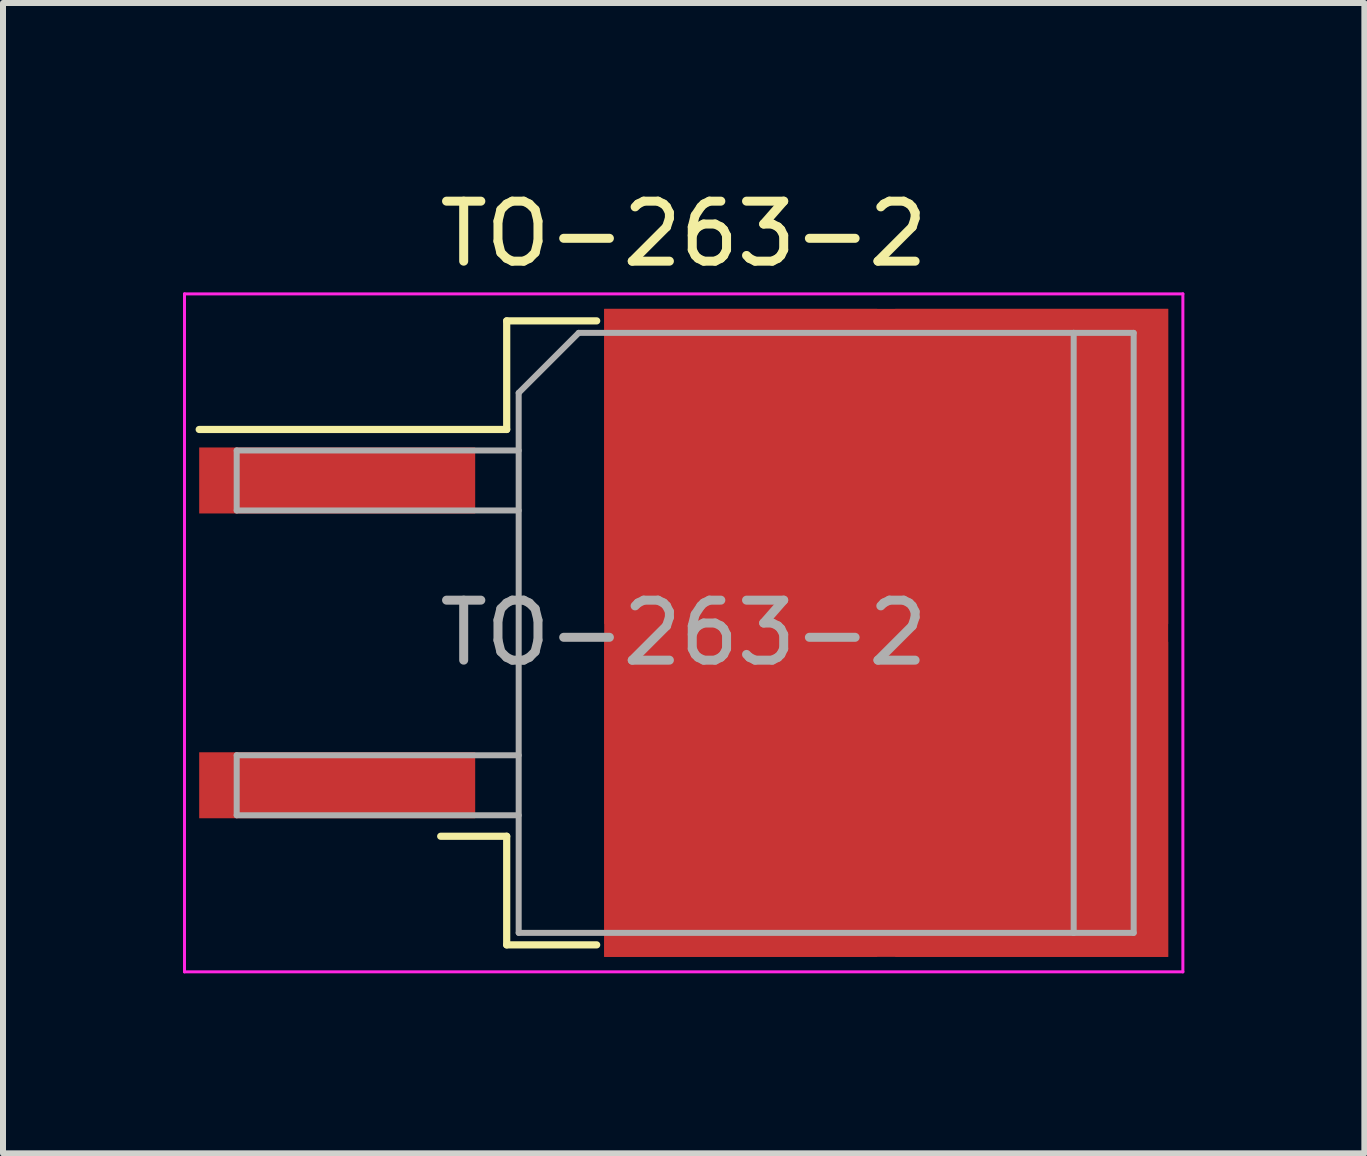
<source format=kicad_pcb>
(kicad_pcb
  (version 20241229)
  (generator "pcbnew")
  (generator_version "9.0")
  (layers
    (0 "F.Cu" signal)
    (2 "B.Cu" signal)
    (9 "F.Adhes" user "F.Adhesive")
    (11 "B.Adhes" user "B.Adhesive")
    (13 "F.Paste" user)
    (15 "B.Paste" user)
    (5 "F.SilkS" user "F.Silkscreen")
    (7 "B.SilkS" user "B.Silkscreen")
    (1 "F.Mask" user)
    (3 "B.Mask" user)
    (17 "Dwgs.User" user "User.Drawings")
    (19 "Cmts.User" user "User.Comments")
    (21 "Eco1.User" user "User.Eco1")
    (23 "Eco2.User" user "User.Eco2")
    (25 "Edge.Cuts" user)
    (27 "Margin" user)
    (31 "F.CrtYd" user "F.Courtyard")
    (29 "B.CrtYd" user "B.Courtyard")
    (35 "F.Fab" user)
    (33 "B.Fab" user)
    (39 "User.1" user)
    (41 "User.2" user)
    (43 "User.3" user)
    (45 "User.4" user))
  (footprint "TO-263-2"
    (layer "F.Cu")
    (at 8.345 7.498)
    (property "Reference" "TO-263-2" (at 0 -6.65 0) (layer "F.SilkS") (effects (font (size 1 1) (thickness 0.15))))
    (attr smd)
    (fp_line (start -2.95 -5.2) (end -2.95 -3.39) (stroke (width 0.12) (type solid)) (layer "F.SilkS"))
    (fp_line (start -2.95 -3.39) (end -8.075 -3.39) (stroke (width 0.12) (type solid)) (layer "F.SilkS"))
    (fp_line (start -2.95 3.39) (end -4.05 3.39) (stroke (width 0.12) (type solid)) (layer "F.SilkS"))
    (fp_line (start -2.95 5.2) (end -2.95 3.39) (stroke (width 0.12) (type solid)) (layer "F.SilkS"))
    (fp_line (start -1.45 -5.2) (end -2.95 -5.2) (stroke (width 0.12) (type solid)) (layer "F.SilkS"))
    (fp_line (start -1.45 5.2) (end -2.95 5.2) (stroke (width 0.12) (type solid)) (layer "F.SilkS"))
    (fp_line (start -8.32 -5.65) (end -8.32 5.65) (stroke (width 0.05) (type solid)) (layer "F.CrtYd"))
    (fp_line (start -8.32 5.65) (end 8.32 5.65) (stroke (width 0.05) (type solid)) (layer "F.CrtYd"))
    (fp_line (start 8.32 -5.65) (end -8.32 -5.65) (stroke (width 0.05) (type solid)) (layer "F.CrtYd"))
    (fp_line (start 8.32 5.65) (end 8.32 -5.65) (stroke (width 0.05) (type solid)) (layer "F.CrtYd"))
    (fp_line (start -7.45 -3.04) (end -7.45 -2.04) (stroke (width 0.1) (type solid)) (layer "F.Fab"))
    (fp_line (start -7.45 -2.04) (end -2.75 -2.04) (stroke (width 0.1) (type solid)) (layer "F.Fab"))
    (fp_line (start -7.45 2.04) (end -7.45 3.04) (stroke (width 0.1) (type solid)) (layer "F.Fab"))
    (fp_line (start -7.45 3.04) (end -2.75 3.04) (stroke (width 0.1) (type solid)) (layer "F.Fab"))
    (fp_line (start -2.75 -4) (end -1.75 -5) (stroke (width 0.1) (type solid)) (layer "F.Fab"))
    (fp_line (start -2.75 -3.04) (end -7.45 -3.04) (stroke (width 0.1) (type solid)) (layer "F.Fab"))
    (fp_line (start -2.75 2.04) (end -7.45 2.04) (stroke (width 0.1) (type solid)) (layer "F.Fab"))
    (fp_line (start -2.75 5) (end -2.75 -4) (stroke (width 0.1) (type solid)) (layer "F.Fab"))
    (fp_line (start -1.75 -5) (end 6.5 -5) (stroke (width 0.1) (type solid)) (layer "F.Fab"))
    (fp_line (start 6.5 -5) (end 6.5 5) (stroke (width 0.1) (type solid)) (layer "F.Fab"))
    (fp_line (start 6.5 -5) (end 7.5 -5) (stroke (width 0.1) (type solid)) (layer "F.Fab"))
    (fp_line (start 6.5 5) (end -2.75 5) (stroke (width 0.1) (type solid)) (layer "F.Fab"))
    (fp_line (start 7.5 -5) (end 7.5 5) (stroke (width 0.1) (type solid)) (layer "F.Fab"))
    (fp_line (start 7.5 5) (end 6.5 5) (stroke (width 0.1) (type solid)) (layer "F.Fab"))
    (fp_text user "${REFERENCE}" (at 0 0 0) (layer "F.Fab") (effects (font (size 1 1) (thickness 0.15))))
    (pad "1" smd rect (at -5.775 -2.54) (size 4.6 1.1) (layers "F.Cu" "F.Mask" "F.Paste"))
    (pad "2" smd rect (at 0.95 -2.775) (size 4.55 5.25) (layers "F.Cu" "F.Paste"))
    (pad "2" smd rect (at 0.95 2.775) (size 4.55 5.25) (layers "F.Cu" "F.Paste"))
    (pad "2" smd rect (at 3.375 0) (size 9.4 10.8) (layers "F.Cu" "F.Mask"))
    (pad "2" smd rect (at 5.8 -2.775) (size 4.55 5.25) (layers "F.Cu" "F.Paste"))
    (pad "2" smd rect (at 5.8 2.775) (size 4.55 5.25) (layers "F.Cu" "F.Paste"))
    (pad "3" smd rect (at -5.775 2.54) (size 4.6 1.1) (layers "F.Cu" "F.Mask" "F.Paste")))
  (gr_rect
    (start -3 -3)
    (end 19.69 16.173)
    (stroke (width 0.1) (type default))
    (fill no)
    (layer "Edge.Cuts")))
</source>
